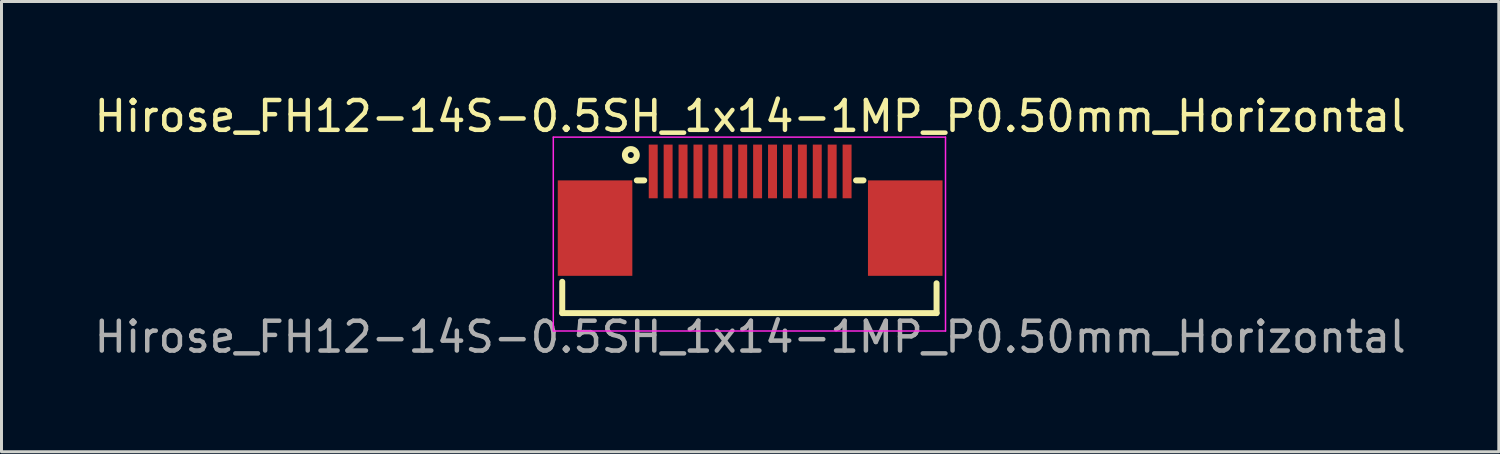
<source format=kicad_pcb>
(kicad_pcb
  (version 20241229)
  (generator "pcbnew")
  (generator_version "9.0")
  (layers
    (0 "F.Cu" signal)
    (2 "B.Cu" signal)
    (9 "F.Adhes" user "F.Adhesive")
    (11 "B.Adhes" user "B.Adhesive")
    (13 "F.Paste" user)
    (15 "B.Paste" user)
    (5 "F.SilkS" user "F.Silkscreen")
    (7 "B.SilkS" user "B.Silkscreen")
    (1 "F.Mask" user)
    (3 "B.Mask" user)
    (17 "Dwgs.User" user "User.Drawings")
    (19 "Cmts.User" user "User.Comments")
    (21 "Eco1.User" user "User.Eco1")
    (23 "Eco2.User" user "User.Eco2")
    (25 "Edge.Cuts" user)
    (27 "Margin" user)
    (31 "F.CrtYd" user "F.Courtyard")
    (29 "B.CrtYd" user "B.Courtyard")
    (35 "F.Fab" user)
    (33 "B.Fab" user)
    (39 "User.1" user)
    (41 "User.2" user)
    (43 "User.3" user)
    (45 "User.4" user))
  (footprint "Hirose_FH12-14S-0.5SH_1x14-1MP_P0.50mm_Horizontal"
    (layer "F.Cu")
    (at 22.101 4.548)
    (property "Reference" "Hirose_FH12-14S-0.5SH_1x14-1MP_P0.50mm_Horizontal" (at 0 -3.7 180) (layer "F.SilkS") (effects (font (size 1 1) (thickness 0.15))))
    (attr smd)
    (fp_line (start -6.3 1.85) (end -6.3 2.9) (stroke (width 0.2) (type default)) (layer "F.SilkS"))
    (fp_line (start -3.8 -1.55) (end -3.55 -1.55) (stroke (width 0.2) (type default)) (layer "F.SilkS"))
    (fp_line (start 3.8 -1.55) (end 3.55 -1.55) (stroke (width 0.2) (type default)) (layer "F.SilkS"))
    (fp_line (start 6.25 1.9) (end 6.25 2.9) (stroke (width 0.2) (type default)) (layer "F.SilkS"))
    (fp_line (start 6.25 2.9) (end -6.3 2.9) (stroke (width 0.2) (type default)) (layer "F.SilkS"))
    (fp_circle (center -4 -2.4) (end -3.8 -2.4) (stroke (width 0.2) (type default)) (fill no) (layer "F.SilkS"))
    (fp_line (start -6.6 -3) (end -6.6 3.5) (stroke (width 0.05) (type solid)) (layer "F.CrtYd"))
    (fp_line (start -6.6 3.5) (end 6.55 3.5) (stroke (width 0.05) (type solid)) (layer "F.CrtYd"))
    (fp_line (start 6.55 -3) (end -6.6 -3) (stroke (width 0.05) (type solid)) (layer "F.CrtYd"))
    (fp_line (start 6.55 3.5) (end 6.55 -3) (stroke (width 0.05) (type solid)) (layer "F.CrtYd"))
    (fp_text user "${REFERENCE}" (at 0 3.7 180) (layer "F.Fab") (effects (font (size 1 1) (thickness 0.15))))
    (pad "1" smd rect (at -3.25 -1.85) (size 0.3 1.8) (layers "F.Cu" "F.Mask" "F.Paste"))
    (pad "2" smd rect (at -2.75 -1.85) (size 0.3 1.8) (layers "F.Cu" "F.Mask" "F.Paste"))
    (pad "3" smd rect (at -2.25 -1.85) (size 0.3 1.8) (layers "F.Cu" "F.Mask" "F.Paste"))
    (pad "4" smd rect (at -1.75 -1.85) (size 0.3 1.8) (layers "F.Cu" "F.Mask" "F.Paste"))
    (pad "5" smd rect (at -1.25 -1.85) (size 0.3 1.8) (layers "F.Cu" "F.Mask" "F.Paste"))
    (pad "6" smd rect (at -0.75 -1.85) (size 0.3 1.8) (layers "F.Cu" "F.Mask" "F.Paste"))
    (pad "7" smd rect (at -0.25 -1.85) (size 0.3 1.8) (layers "F.Cu" "F.Mask" "F.Paste"))
    (pad "8" smd rect (at 0.25 -1.85) (size 0.3 1.8) (layers "F.Cu" "F.Mask" "F.Paste"))
    (pad "9" smd rect (at 0.75 -1.85) (size 0.3 1.8) (layers "F.Cu" "F.Mask" "F.Paste"))
    (pad "10" smd rect (at 1.25 -1.85) (size 0.3 1.8) (layers "F.Cu" "F.Mask" "F.Paste"))
    (pad "11" smd rect (at 1.75 -1.85) (size 0.3 1.8) (layers "F.Cu" "F.Mask" "F.Paste"))
    (pad "12" smd rect (at 2.25 -1.85) (size 0.3 1.8) (layers "F.Cu" "F.Mask" "F.Paste"))
    (pad "13" smd rect (at 2.75 -1.85) (size 0.3 1.8) (layers "F.Cu" "F.Mask" "F.Paste"))
    (pad "14" smd rect (at 3.25 -1.85) (size 0.3 1.8) (layers "F.Cu" "F.Mask" "F.Paste"))
    (pad "MP" smd rect (at -5.2 0.05) (size 2.5 3.2) (layers "F.Cu" "F.Mask" "F.Paste"))
    (pad "MP" smd rect (at 5.2 0.05) (size 2.5 3.2) (layers "F.Cu" "F.Mask" "F.Paste")))
  (gr_rect
    (start -3 -3)
    (end 47.202 12.097)
    (stroke (width 0.1) (type default))
    (fill no)
    (layer "Edge.Cuts")))
</source>
